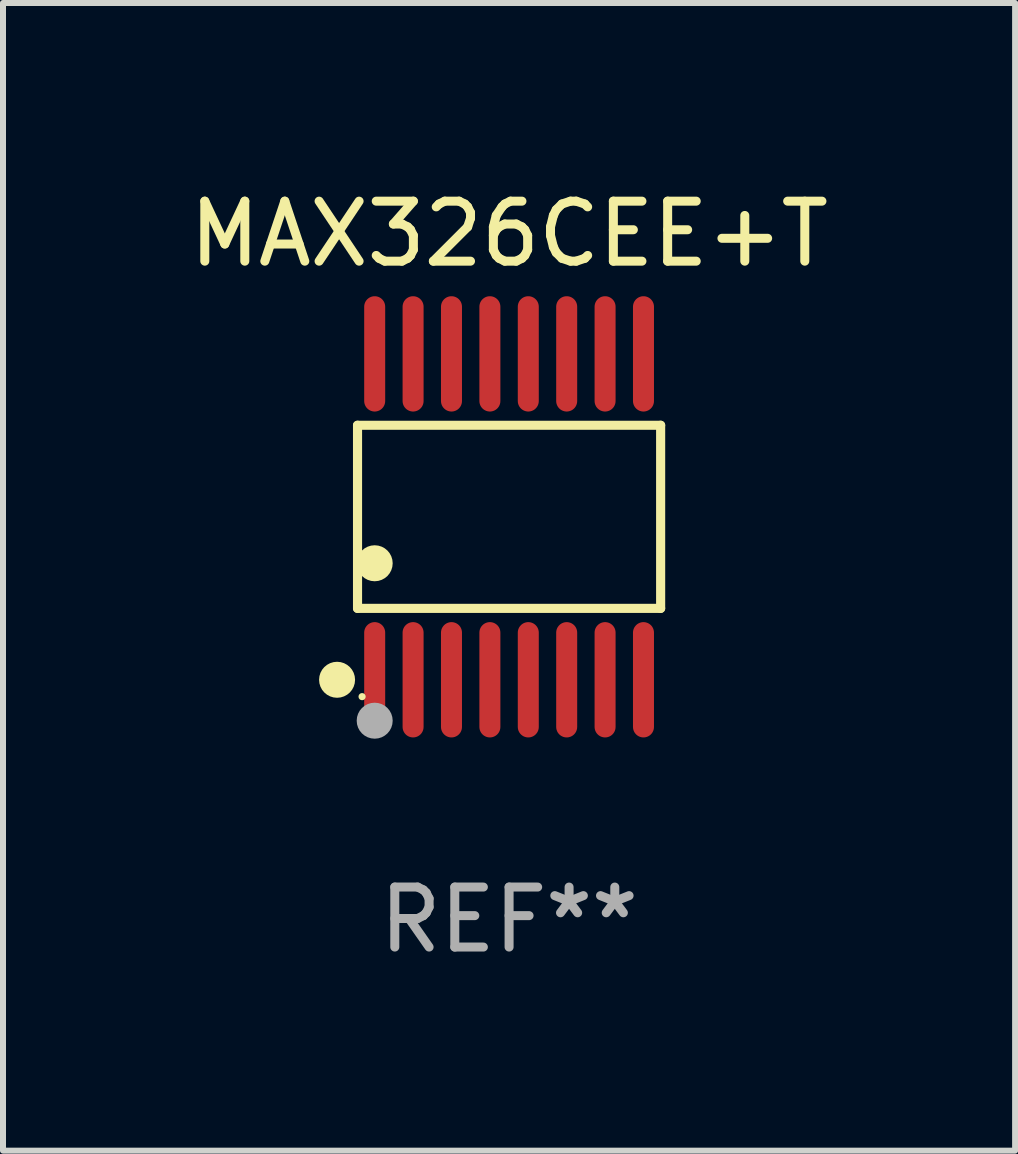
<source format=kicad_pcb>
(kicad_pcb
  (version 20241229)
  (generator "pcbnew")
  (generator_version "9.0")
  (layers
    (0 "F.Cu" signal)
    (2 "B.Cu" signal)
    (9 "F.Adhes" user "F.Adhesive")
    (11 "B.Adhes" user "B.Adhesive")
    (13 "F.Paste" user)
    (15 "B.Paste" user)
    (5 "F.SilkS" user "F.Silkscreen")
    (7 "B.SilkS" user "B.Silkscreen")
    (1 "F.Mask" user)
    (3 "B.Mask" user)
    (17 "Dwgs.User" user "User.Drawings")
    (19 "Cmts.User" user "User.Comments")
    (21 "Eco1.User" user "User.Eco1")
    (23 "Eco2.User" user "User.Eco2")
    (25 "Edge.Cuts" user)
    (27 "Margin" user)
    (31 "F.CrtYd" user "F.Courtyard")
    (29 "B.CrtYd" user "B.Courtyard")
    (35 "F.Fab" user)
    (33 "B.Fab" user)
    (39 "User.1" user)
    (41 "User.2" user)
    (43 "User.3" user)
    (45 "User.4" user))
  (footprint "MAX326CEE+T"
    (layer "F.Cu")
    (at 5.435 5.564)
    (property "Reference" "MAX326CEE+T" (at 0 -4.716 0) (layer "F.SilkS") (effects (font (size 1 1) (thickness 0.15))))
    (attr through_hole)
    (fp_line (start -2.526 -1.526) (end 2.526 -1.526) (stroke (width 0.152) (type solid)) (layer "F.SilkS"))
    (fp_line (start -2.526 1.526) (end -2.526 -1.526) (stroke (width 0.152) (type solid)) (layer "F.SilkS"))
    (fp_line (start 2.526 -1.526) (end 2.526 1.526) (stroke (width 0.152) (type solid)) (layer "F.SilkS"))
    (fp_line (start 2.526 1.526) (end -2.526 1.526) (stroke (width 0.152) (type solid)) (layer "F.SilkS"))
    (fp_circle (center -2.867 2.716) (end -2.717 2.716) (stroke (width 0.3) (type solid)) (fill no) (layer "F.SilkS"))
    (fp_circle (center -2.45 2.997) (end -2.42 2.997) (stroke (width 0.06) (type solid)) (fill no) (layer "F.SilkS"))
    (fp_circle (center -2.24 0.774) (end -2.09 0.774) (stroke (width 0.3) (type solid)) (fill no) (layer "F.SilkS"))
    (fp_circle (center -2.24 3.398) (end -2.09 3.398) (stroke (width 0.3) (type solid)) (fill no) (layer "F.Fab"))
    (fp_text user "REF**" (at 0 6.716 0) (layer "F.Fab") (effects (font (size 1 1) (thickness 0.15))))
    (pad "1" smd oval (at -2.24 2.716) (size 0.35 1.922) (layers "F.Cu" "F.Mask" "F.Paste"))
    (pad "2" smd oval (at -1.6 2.716) (size 0.35 1.922) (layers "F.Cu" "F.Mask" "F.Paste"))
    (pad "3" smd oval (at -0.96 2.716) (size 0.35 1.922) (layers "F.Cu" "F.Mask" "F.Paste"))
    (pad "4" smd oval (at -0.32 2.716) (size 0.35 1.922) (layers "F.Cu" "F.Mask" "F.Paste"))
    (pad "5" smd oval (at 0.32 2.716) (size 0.35 1.922) (layers "F.Cu" "F.Mask" "F.Paste"))
    (pad "6" smd oval (at 0.96 2.716) (size 0.35 1.922) (layers "F.Cu" "F.Mask" "F.Paste"))
    (pad "7" smd oval (at 1.6 2.716) (size 0.35 1.922) (layers "F.Cu" "F.Mask" "F.Paste"))
    (pad "8" smd oval (at 2.24 2.716) (size 0.35 1.922) (layers "F.Cu" "F.Mask" "F.Paste"))
    (pad "9" smd oval (at 2.24 -2.716) (size 0.35 1.922) (layers "F.Cu" "F.Mask" "F.Paste"))
    (pad "10" smd oval (at 1.6 -2.716) (size 0.35 1.922) (layers "F.Cu" "F.Mask" "F.Paste"))
    (pad "11" smd oval (at 0.96 -2.716) (size 0.35 1.922) (layers "F.Cu" "F.Mask" "F.Paste"))
    (pad "12" smd oval (at 0.32 -2.716) (size 0.35 1.922) (layers "F.Cu" "F.Mask" "F.Paste"))
    (pad "13" smd oval (at -0.32 -2.716) (size 0.35 1.922) (layers "F.Cu" "F.Mask" "F.Paste"))
    (pad "14" smd oval (at -0.96 -2.716) (size 0.35 1.922) (layers "F.Cu" "F.Mask" "F.Paste"))
    (pad "15" smd oval (at -1.6 -2.716) (size 0.35 1.922) (layers "F.Cu" "F.Mask" "F.Paste"))
    (pad "16" smd oval (at -2.24 -2.716) (size 0.35 1.922) (layers "F.Cu" "F.Mask" "F.Paste")))
  (gr_rect
    (start -3 -3)
    (end 13.869 16.128)
    (stroke (width 0.1) (type default))
    (fill no)
    (layer "Edge.Cuts")))
</source>
